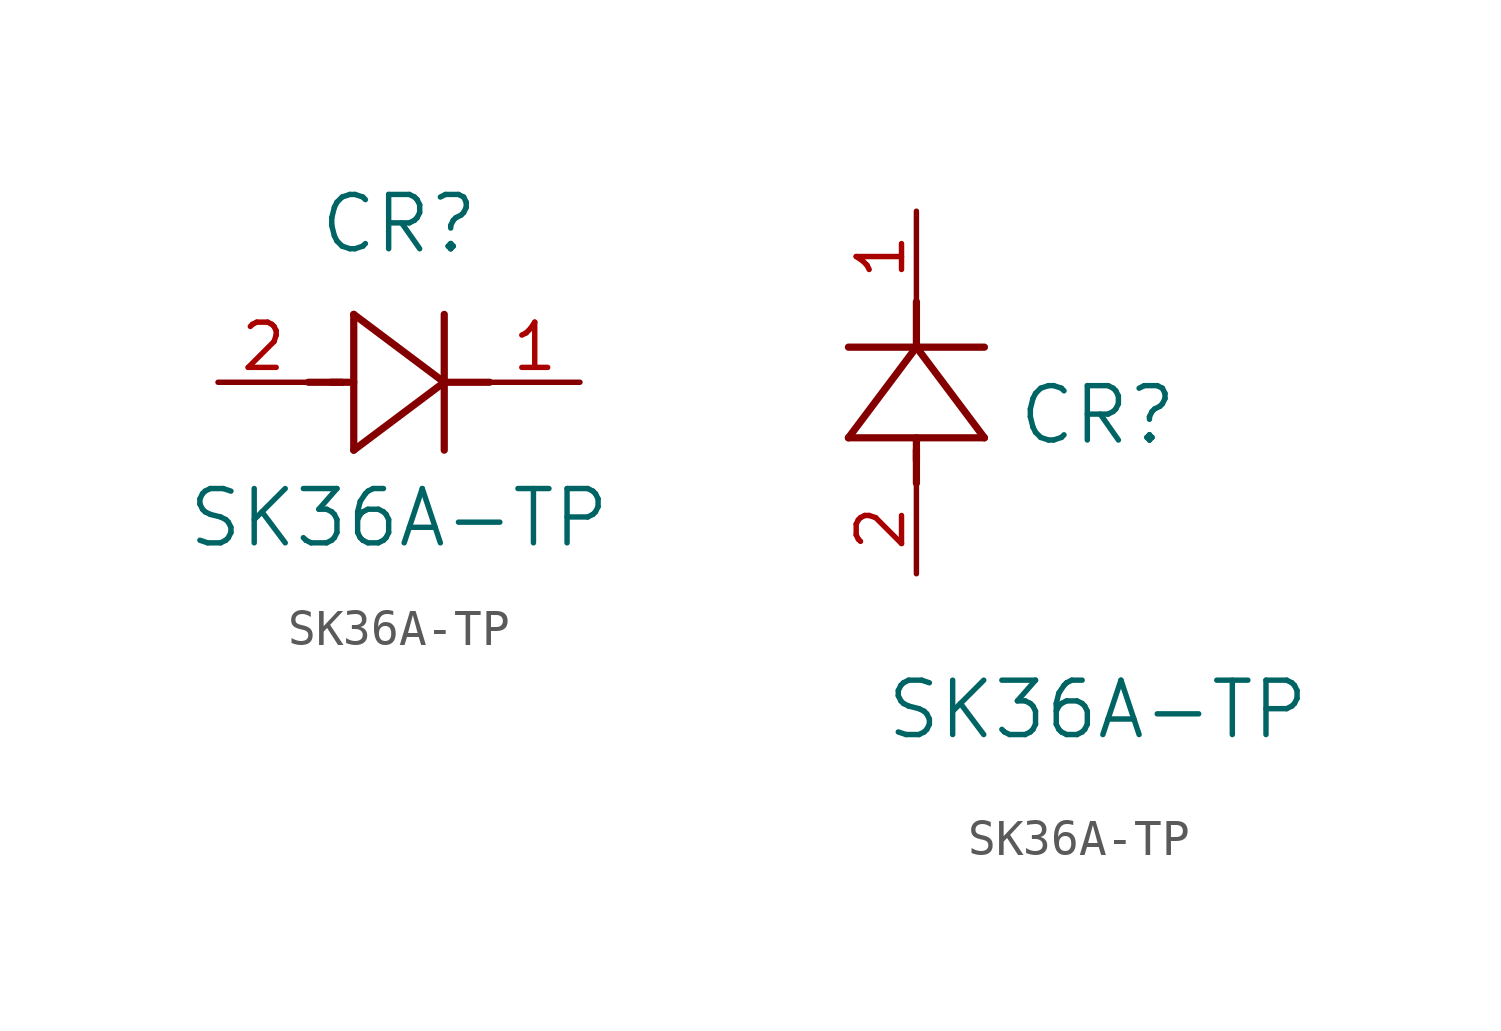
<source format=kicad_sym>
(kicad_symbol_lib
  (version 20211014)
  (generator kicad_symbol_editor)
  (symbol "SK36A-TP"
    (pin_names
      (offset 0.254))
    (property "Reference" "CR"
      (at 5.08 4.445 0)
      (effects (font (size 1.524 1.524))))
    (property "Value" "SK36A-TP"
      (at 5.08 -3.81 0)
      (effects (font (size 1.524 1.524))))
    (symbol "SK36A-TP_1_1"
      (polyline (pts (xy 2.54 0) (xy 3.48 0)) (stroke (width 0.203) (type default) (color 0 0 0 0)) (fill (type none)))
      (polyline (pts (xy 3.81 1.905) (xy 3.81 -1.905)) (stroke (width 0.203) (type default) (color 0 0 0 0)) (fill (type none)))
      (polyline (pts (xy 3.175 0) (xy 3.81 0)) (stroke (width 0.203) (type default) (color 0 0 0 0)) (fill (type none)))
      (polyline (pts (xy 6.35 -1.905) (xy 6.35 1.905)) (stroke (width 0.203) (type default) (color 0 0 0 0)) (fill (type none)))
      (polyline (pts (xy 6.35 0) (xy 7.62 0)) (stroke (width 0.203) (type default) (color 0 0 0 0)) (fill (type none)))
      (polyline (pts (xy 6.35 0) (xy 3.81 1.905)) (stroke (width 0.203) (type default) (color 0 0 0 0)) (fill (type none)))
      (polyline (pts (xy 3.81 -1.905) (xy 6.35 0)) (stroke (width 0.203) (type default) (color 0 0 0 0)) (fill (type none)))
      (pin unspecified line (at 0 0 0) (length 2.54) (name "" (effects (font (size 1.27 1.27)))) (number "2" (effects (font (size 1.27 1.27)))))
      (pin unspecified line (at 10.16 0 180) (length 2.54) (name "" (effects (font (size 1.27 1.27)))) (number "1" (effects (font (size 1.27 1.27))))))
    (symbol "SK36A-TP_1_2"
      (polyline (pts (xy 0 2.54) (xy 0 3.48)) (stroke (width 0.203) (type default) (color 0 0 0 0)) (fill (type none)))
      (polyline (pts (xy -1.905 3.81) (xy 1.905 3.81)) (stroke (width 0.203) (type default) (color 0 0 0 0)) (fill (type none)))
      (polyline (pts (xy 0 3.175) (xy 0 3.81)) (stroke (width 0.203) (type default) (color 0 0 0 0)) (fill (type none)))
      (polyline (pts (xy 1.905 6.35) (xy -1.905 6.35)) (stroke (width 0.203) (type default) (color 0 0 0 0)) (fill (type none)))
      (polyline (pts (xy 0 6.35) (xy 0 7.62)) (stroke (width 0.203) (type default) (color 0 0 0 0)) (fill (type none)))
      (polyline (pts (xy 0 6.35) (xy -1.905 3.81)) (stroke (width 0.203) (type default) (color 0 0 0 0)) (fill (type none)))
      (polyline (pts (xy 1.905 3.81) (xy 0 6.35)) (stroke (width 0.203) (type default) (color 0 0 0 0)) (fill (type none)))
      (pin unspecified line (at 0 0 90) (length 2.54) (name "" (effects (font (size 1.27 1.27)))) (number "2" (effects (font (size 1.27 1.27)))))
      (pin unspecified line (at 0 10.16 270) (length 2.54) (name "" (effects (font (size 1.27 1.27)))) (number "1" (effects (font (size 1.27 1.27))))))))
</source>
